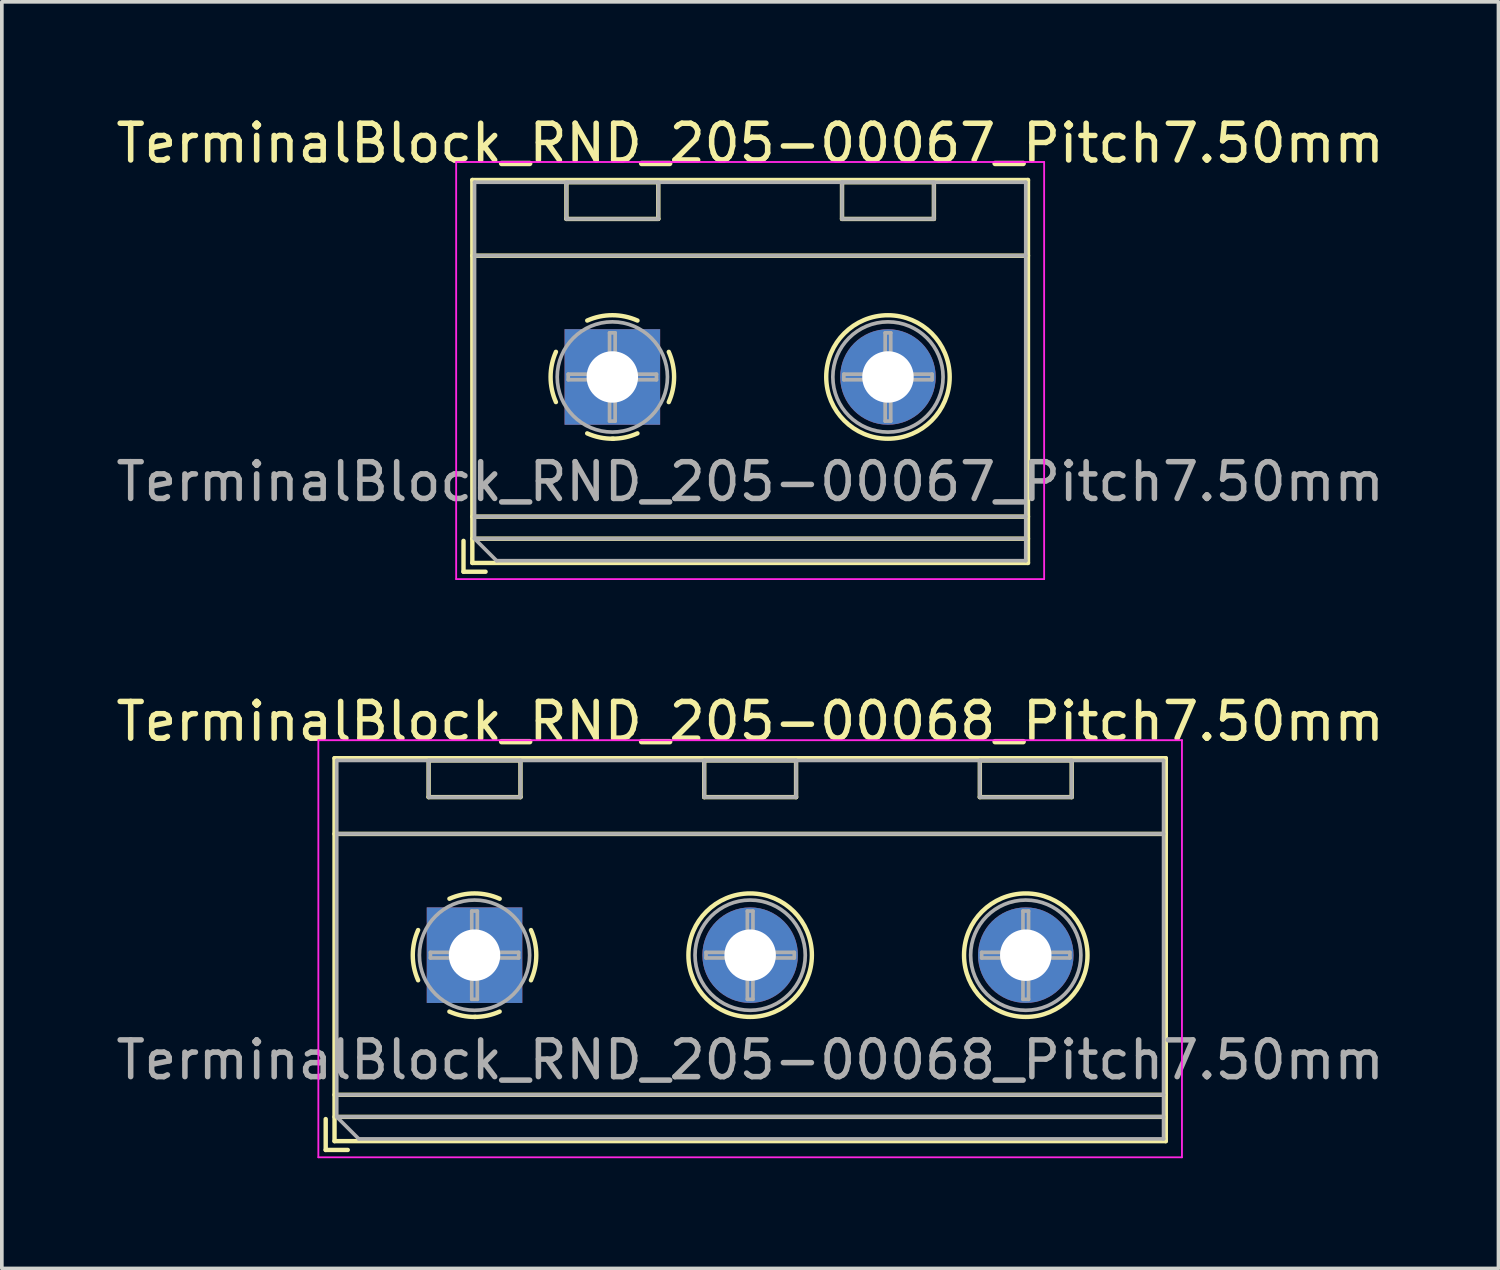
<source format=kicad_pcb>
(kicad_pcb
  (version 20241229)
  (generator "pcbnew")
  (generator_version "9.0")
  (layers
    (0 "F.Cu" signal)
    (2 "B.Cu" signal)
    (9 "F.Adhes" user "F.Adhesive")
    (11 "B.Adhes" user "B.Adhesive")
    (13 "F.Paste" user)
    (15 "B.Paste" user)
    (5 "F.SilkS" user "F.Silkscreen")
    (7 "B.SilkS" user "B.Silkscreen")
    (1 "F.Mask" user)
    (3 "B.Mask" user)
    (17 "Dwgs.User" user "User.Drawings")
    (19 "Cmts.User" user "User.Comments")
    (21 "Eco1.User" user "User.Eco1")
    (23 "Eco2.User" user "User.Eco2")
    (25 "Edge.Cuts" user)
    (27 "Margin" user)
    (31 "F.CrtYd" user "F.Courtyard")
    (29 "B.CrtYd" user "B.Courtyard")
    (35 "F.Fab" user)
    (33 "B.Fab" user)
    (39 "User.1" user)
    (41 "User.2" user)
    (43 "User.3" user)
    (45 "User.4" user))
  (footprint "TerminalBlock_RND_205-00067_Pitch7.50mm"
    (layer "F.Cu")
    (at 13.613 7.208)
    (property "Reference" "TerminalBlock_RND_205-00067_Pitch7.50mm" (at 3.75 -6.36 0) (layer "F.SilkS") (effects (font (size 1 1) (thickness 0.15))))
    (attr through_hole)
    (fp_line (start -4.05 4.46) (end -4.05 5.3) (stroke (width 0.12) (type solid)) (layer "F.SilkS"))
    (fp_line (start -4.05 5.3) (end -3.45 5.3) (stroke (width 0.12) (type solid)) (layer "F.SilkS"))
    (fp_line (start -3.81 -5.36) (end -3.81 5.06) (stroke (width 0.12) (type solid)) (layer "F.SilkS"))
    (fp_line (start -3.81 -3.3) (end 11.31 -3.3) (stroke (width 0.12) (type solid)) (layer "F.SilkS"))
    (fp_line (start -3.81 3.8) (end 11.31 3.8) (stroke (width 0.12) (type solid)) (layer "F.SilkS"))
    (fp_line (start -3.81 4.4) (end 11.31 4.4) (stroke (width 0.12) (type solid)) (layer "F.SilkS"))
    (fp_line (start -3.81 5.06) (end 11.31 5.06) (stroke (width 0.12) (type solid)) (layer "F.SilkS"))
    (fp_line (start -1.25 -5.301) (end -1.25 -4.301) (stroke (width 0.12) (type solid)) (layer "F.SilkS"))
    (fp_line (start -1.25 -5.301) (end 1.25 -5.301) (stroke (width 0.12) (type solid)) (layer "F.SilkS"))
    (fp_line (start -1.25 -4.301) (end 1.25 -4.301) (stroke (width 0.12) (type solid)) (layer "F.SilkS"))
    (fp_line (start 1.25 -5.301) (end 1.25 -4.301) (stroke (width 0.12) (type solid)) (layer "F.SilkS"))
    (fp_line (start 6.25 -5.301) (end 6.25 -4.301) (stroke (width 0.12) (type solid)) (layer "F.SilkS"))
    (fp_line (start 6.25 -5.301) (end 8.75 -5.301) (stroke (width 0.12) (type solid)) (layer "F.SilkS"))
    (fp_line (start 6.25 -4.301) (end 8.75 -4.301) (stroke (width 0.12) (type solid)) (layer "F.SilkS"))
    (fp_line (start 8.75 -5.301) (end 8.75 -4.301) (stroke (width 0.12) (type solid)) (layer "F.SilkS"))
    (fp_line (start 11.31 -5.36) (end -3.81 -5.36) (stroke (width 0.12) (type solid)) (layer "F.SilkS"))
    (fp_line (start 11.31 5.06) (end 11.31 -5.36) (stroke (width 0.12) (type solid)) (layer "F.SilkS"))
    (fp_arc (start -1.535427 0.683042) (mid -1.680501 -0.000524) (end -1.535 -0.684) (stroke (width 0.12) (type solid)) (layer "F.SilkS"))
    (fp_arc (start -0.683042 -1.535427) (mid 0.000524 -1.680501) (end 0.684 -1.535) (stroke (width 0.12) (type solid)) (layer "F.SilkS"))
    (fp_arc (start 0.028805 1.680253) (mid -0.335551 1.646659) (end -0.684 1.535) (stroke (width 0.12) (type solid)) (layer "F.SilkS"))
    (fp_arc (start 0.683318 1.534756) (mid 0.349292 1.643288) (end 0 1.68) (stroke (width 0.12) (type solid)) (layer "F.SilkS"))
    (fp_arc (start 1.535427 -0.683042) (mid 1.680501 0.000524) (end 1.535 0.684) (stroke (width 0.12) (type solid)) (layer "F.SilkS"))
    (fp_circle (center 7.5 0) (end 9.18 0) (stroke (width 0.12) (type solid)) (fill no) (layer "F.SilkS"))
    (fp_line (start -4.25 -5.85) (end -4.25 5.5) (stroke (width 0.05) (type solid)) (layer "F.CrtYd"))
    (fp_line (start -4.25 5.5) (end 11.75 5.5) (stroke (width 0.05) (type solid)) (layer "F.CrtYd"))
    (fp_line (start 11.75 -5.85) (end -4.25 -5.85) (stroke (width 0.05) (type solid)) (layer "F.CrtYd"))
    (fp_line (start 11.75 5.5) (end 11.75 -5.85) (stroke (width 0.05) (type solid)) (layer "F.CrtYd"))
    (fp_line (start -3.75 -5.3) (end 11.25 -5.3) (stroke (width 0.1) (type solid)) (layer "F.Fab"))
    (fp_line (start -3.75 -3.3) (end 11.25 -3.3) (stroke (width 0.1) (type solid)) (layer "F.Fab"))
    (fp_line (start -3.75 3.8) (end 11.25 3.8) (stroke (width 0.1) (type solid)) (layer "F.Fab"))
    (fp_line (start -3.75 4.4) (end -3.75 -5.3) (stroke (width 0.1) (type solid)) (layer "F.Fab"))
    (fp_line (start -3.75 4.4) (end 11.25 4.4) (stroke (width 0.1) (type solid)) (layer "F.Fab"))
    (fp_line (start -3.15 5) (end -3.75 4.4) (stroke (width 0.1) (type solid)) (layer "F.Fab"))
    (fp_line (start -1.25 -5.3) (end -1.25 -4.3) (stroke (width 0.1) (type solid)) (layer "F.Fab"))
    (fp_line (start -1.25 -4.3) (end 1.25 -4.3) (stroke (width 0.1) (type solid)) (layer "F.Fab"))
    (fp_line (start -1.201 -0.076) (end -0.076 -0.076) (stroke (width 0.1) (type solid)) (layer "F.Fab"))
    (fp_line (start -1.201 0.076) (end -1.201 -0.076) (stroke (width 0.1) (type solid)) (layer "F.Fab"))
    (fp_line (start -0.076 -1.201) (end 0.076 -1.201) (stroke (width 0.1) (type solid)) (layer "F.Fab"))
    (fp_line (start -0.076 -0.076) (end -0.076 -1.201) (stroke (width 0.1) (type solid)) (layer "F.Fab"))
    (fp_line (start -0.076 0.076) (end -1.201 0.076) (stroke (width 0.1) (type solid)) (layer "F.Fab"))
    (fp_line (start -0.076 1.201) (end -0.076 0.076) (stroke (width 0.1) (type solid)) (layer "F.Fab"))
    (fp_line (start 0.076 -1.201) (end 0.076 -0.076) (stroke (width 0.1) (type solid)) (layer "F.Fab"))
    (fp_line (start 0.076 -0.076) (end 1.201 -0.076) (stroke (width 0.1) (type solid)) (layer "F.Fab"))
    (fp_line (start 0.076 0.076) (end 0.076 1.201) (stroke (width 0.1) (type solid)) (layer "F.Fab"))
    (fp_line (start 0.076 1.201) (end -0.076 1.201) (stroke (width 0.1) (type solid)) (layer "F.Fab"))
    (fp_line (start 1.201 -0.076) (end 1.201 0.076) (stroke (width 0.1) (type solid)) (layer "F.Fab"))
    (fp_line (start 1.201 0.076) (end 0.076 0.076) (stroke (width 0.1) (type solid)) (layer "F.Fab"))
    (fp_line (start 1.25 -5.3) (end -1.25 -5.3) (stroke (width 0.1) (type solid)) (layer "F.Fab"))
    (fp_line (start 1.25 -4.3) (end 1.25 -5.3) (stroke (width 0.1) (type solid)) (layer "F.Fab"))
    (fp_line (start 6.25 -5.3) (end 6.25 -4.3) (stroke (width 0.1) (type solid)) (layer "F.Fab"))
    (fp_line (start 6.25 -4.3) (end 8.75 -4.3) (stroke (width 0.1) (type solid)) (layer "F.Fab"))
    (fp_line (start 6.299 -0.076) (end 7.424 -0.076) (stroke (width 0.1) (type solid)) (layer "F.Fab"))
    (fp_line (start 6.299 0.076) (end 6.299 -0.076) (stroke (width 0.1) (type solid)) (layer "F.Fab"))
    (fp_line (start 7.424 -1.201) (end 7.576 -1.201) (stroke (width 0.1) (type solid)) (layer "F.Fab"))
    (fp_line (start 7.424 -0.076) (end 7.424 -1.201) (stroke (width 0.1) (type solid)) (layer "F.Fab"))
    (fp_line (start 7.424 0.076) (end 6.299 0.076) (stroke (width 0.1) (type solid)) (layer "F.Fab"))
    (fp_line (start 7.424 1.201) (end 7.424 0.076) (stroke (width 0.1) (type solid)) (layer "F.Fab"))
    (fp_line (start 7.576 -1.201) (end 7.576 -0.076) (stroke (width 0.1) (type solid)) (layer "F.Fab"))
    (fp_line (start 7.576 -0.076) (end 8.701 -0.076) (stroke (width 0.1) (type solid)) (layer "F.Fab"))
    (fp_line (start 7.576 0.076) (end 7.576 1.201) (stroke (width 0.1) (type solid)) (layer "F.Fab"))
    (fp_line (start 7.576 1.201) (end 7.424 1.201) (stroke (width 0.1) (type solid)) (layer "F.Fab"))
    (fp_line (start 8.701 -0.076) (end 8.701 0.076) (stroke (width 0.1) (type solid)) (layer "F.Fab"))
    (fp_line (start 8.701 0.076) (end 7.576 0.076) (stroke (width 0.1) (type solid)) (layer "F.Fab"))
    (fp_line (start 8.75 -5.3) (end 6.25 -5.3) (stroke (width 0.1) (type solid)) (layer "F.Fab"))
    (fp_line (start 8.75 -4.3) (end 8.75 -5.3) (stroke (width 0.1) (type solid)) (layer "F.Fab"))
    (fp_line (start 11.25 -5.3) (end 11.25 5) (stroke (width 0.1) (type solid)) (layer "F.Fab"))
    (fp_line (start 11.25 5) (end -3.15 5) (stroke (width 0.1) (type solid)) (layer "F.Fab"))
    (fp_circle (center 0 0) (end 1.5 0) (stroke (width 0.1) (type solid)) (fill no) (layer "F.Fab"))
    (fp_circle (center 7.5 0) (end 9 0) (stroke (width 0.1) (type solid)) (fill no) (layer "F.Fab"))
    (fp_text user "${REFERENCE}" (at 3.75 2.85 0) (layer "F.Fab") (effects (font (size 1 1) (thickness 0.15))))
    (pad "1" thru_hole rect (at 0 0) (size 2.6 2.6) (drill 1.4) (layers "*.Cu" "*.Mask"))
    (pad "2" thru_hole circle (at 7.5 0) (size 2.6 2.6) (drill 1.4) (layers "*.Cu" "*.Mask")))
  (footprint "TerminalBlock_RND_205-00068_Pitch7.50mm"
    (layer "F.Cu")
    (at 9.863 22.942)
    (property "Reference" "TerminalBlock_RND_205-00068_Pitch7.50mm" (at 7.5 -6.36 0) (layer "F.SilkS") (effects (font (size 1 1) (thickness 0.15))))
    (attr through_hole)
    (fp_line (start -4.05 4.46) (end -4.05 5.3) (stroke (width 0.12) (type solid)) (layer "F.SilkS"))
    (fp_line (start -4.05 5.3) (end -3.45 5.3) (stroke (width 0.12) (type solid)) (layer "F.SilkS"))
    (fp_line (start -3.81 -5.36) (end -3.81 5.06) (stroke (width 0.12) (type solid)) (layer "F.SilkS"))
    (fp_line (start -3.81 -3.3) (end 18.81 -3.3) (stroke (width 0.12) (type solid)) (layer "F.SilkS"))
    (fp_line (start -3.81 3.8) (end 18.81 3.8) (stroke (width 0.12) (type solid)) (layer "F.SilkS"))
    (fp_line (start -3.81 4.4) (end 18.81 4.4) (stroke (width 0.12) (type solid)) (layer "F.SilkS"))
    (fp_line (start -3.81 5.06) (end 18.81 5.06) (stroke (width 0.12) (type solid)) (layer "F.SilkS"))
    (fp_line (start -1.25 -5.301) (end -1.25 -4.301) (stroke (width 0.12) (type solid)) (layer "F.SilkS"))
    (fp_line (start -1.25 -5.301) (end 1.25 -5.301) (stroke (width 0.12) (type solid)) (layer "F.SilkS"))
    (fp_line (start -1.25 -4.301) (end 1.25 -4.301) (stroke (width 0.12) (type solid)) (layer "F.SilkS"))
    (fp_line (start 1.25 -5.301) (end 1.25 -4.301) (stroke (width 0.12) (type solid)) (layer "F.SilkS"))
    (fp_line (start 6.25 -5.301) (end 6.25 -4.301) (stroke (width 0.12) (type solid)) (layer "F.SilkS"))
    (fp_line (start 6.25 -5.301) (end 8.75 -5.301) (stroke (width 0.12) (type solid)) (layer "F.SilkS"))
    (fp_line (start 6.25 -4.301) (end 8.75 -4.301) (stroke (width 0.12) (type solid)) (layer "F.SilkS"))
    (fp_line (start 8.75 -5.301) (end 8.75 -4.301) (stroke (width 0.12) (type solid)) (layer "F.SilkS"))
    (fp_line (start 13.75 -5.301) (end 13.75 -4.301) (stroke (width 0.12) (type solid)) (layer "F.SilkS"))
    (fp_line (start 13.75 -5.301) (end 16.25 -5.301) (stroke (width 0.12) (type solid)) (layer "F.SilkS"))
    (fp_line (start 13.75 -4.301) (end 16.25 -4.301) (stroke (width 0.12) (type solid)) (layer "F.SilkS"))
    (fp_line (start 16.25 -5.301) (end 16.25 -4.301) (stroke (width 0.12) (type solid)) (layer "F.SilkS"))
    (fp_line (start 18.81 -5.36) (end -3.81 -5.36) (stroke (width 0.12) (type solid)) (layer "F.SilkS"))
    (fp_line (start 18.81 5.06) (end 18.81 -5.36) (stroke (width 0.12) (type solid)) (layer "F.SilkS"))
    (fp_arc (start -1.535427 0.683042) (mid -1.680501 -0.000524) (end -1.535 -0.684) (stroke (width 0.12) (type solid)) (layer "F.SilkS"))
    (fp_arc (start -0.683042 -1.535427) (mid 0.000524 -1.680501) (end 0.684 -1.535) (stroke (width 0.12) (type solid)) (layer "F.SilkS"))
    (fp_arc (start 0.028805 1.680253) (mid -0.335551 1.646659) (end -0.684 1.535) (stroke (width 0.12) (type solid)) (layer "F.SilkS"))
    (fp_arc (start 0.683318 1.534756) (mid 0.349292 1.643288) (end 0 1.68) (stroke (width 0.12) (type solid)) (layer "F.SilkS"))
    (fp_arc (start 1.535427 -0.683042) (mid 1.680501 0.000524) (end 1.535 0.684) (stroke (width 0.12) (type solid)) (layer "F.SilkS"))
    (fp_circle (center 7.5 0) (end 9.18 0) (stroke (width 0.12) (type solid)) (fill no) (layer "F.SilkS"))
    (fp_circle (center 15 0) (end 16.68 0) (stroke (width 0.12) (type solid)) (fill no) (layer "F.SilkS"))
    (fp_line (start -4.25 -5.85) (end -4.25 5.5) (stroke (width 0.05) (type solid)) (layer "F.CrtYd"))
    (fp_line (start -4.25 5.5) (end 19.25 5.5) (stroke (width 0.05) (type solid)) (layer "F.CrtYd"))
    (fp_line (start 19.25 -5.85) (end -4.25 -5.85) (stroke (width 0.05) (type solid)) (layer "F.CrtYd"))
    (fp_line (start 19.25 5.5) (end 19.25 -5.85) (stroke (width 0.05) (type solid)) (layer "F.CrtYd"))
    (fp_line (start -3.75 -5.3) (end 18.75 -5.3) (stroke (width 0.1) (type solid)) (layer "F.Fab"))
    (fp_line (start -3.75 -3.3) (end 18.75 -3.3) (stroke (width 0.1) (type solid)) (layer "F.Fab"))
    (fp_line (start -3.75 3.8) (end 18.75 3.8) (stroke (width 0.1) (type solid)) (layer "F.Fab"))
    (fp_line (start -3.75 4.4) (end -3.75 -5.3) (stroke (width 0.1) (type solid)) (layer "F.Fab"))
    (fp_line (start -3.75 4.4) (end 18.75 4.4) (stroke (width 0.1) (type solid)) (layer "F.Fab"))
    (fp_line (start -3.15 5) (end -3.75 4.4) (stroke (width 0.1) (type solid)) (layer "F.Fab"))
    (fp_line (start -1.25 -5.3) (end -1.25 -4.3) (stroke (width 0.1) (type solid)) (layer "F.Fab"))
    (fp_line (start -1.25 -4.3) (end 1.25 -4.3) (stroke (width 0.1) (type solid)) (layer "F.Fab"))
    (fp_line (start -1.201 -0.076) (end -0.076 -0.076) (stroke (width 0.1) (type solid)) (layer "F.Fab"))
    (fp_line (start -1.201 0.076) (end -1.201 -0.076) (stroke (width 0.1) (type solid)) (layer "F.Fab"))
    (fp_line (start -0.076 -1.201) (end 0.076 -1.201) (stroke (width 0.1) (type solid)) (layer "F.Fab"))
    (fp_line (start -0.076 -0.076) (end -0.076 -1.201) (stroke (width 0.1) (type solid)) (layer "F.Fab"))
    (fp_line (start -0.076 0.076) (end -1.201 0.076) (stroke (width 0.1) (type solid)) (layer "F.Fab"))
    (fp_line (start -0.076 1.201) (end -0.076 0.076) (stroke (width 0.1) (type solid)) (layer "F.Fab"))
    (fp_line (start 0.076 -1.201) (end 0.076 -0.076) (stroke (width 0.1) (type solid)) (layer "F.Fab"))
    (fp_line (start 0.076 -0.076) (end 1.201 -0.076) (stroke (width 0.1) (type solid)) (layer "F.Fab"))
    (fp_line (start 0.076 0.076) (end 0.076 1.201) (stroke (width 0.1) (type solid)) (layer "F.Fab"))
    (fp_line (start 0.076 1.201) (end -0.076 1.201) (stroke (width 0.1) (type solid)) (layer "F.Fab"))
    (fp_line (start 1.201 -0.076) (end 1.201 0.076) (stroke (width 0.1) (type solid)) (layer "F.Fab"))
    (fp_line (start 1.201 0.076) (end 0.076 0.076) (stroke (width 0.1) (type solid)) (layer "F.Fab"))
    (fp_line (start 1.25 -5.3) (end -1.25 -5.3) (stroke (width 0.1) (type solid)) (layer "F.Fab"))
    (fp_line (start 1.25 -4.3) (end 1.25 -5.3) (stroke (width 0.1) (type solid)) (layer "F.Fab"))
    (fp_line (start 6.25 -5.3) (end 6.25 -4.3) (stroke (width 0.1) (type solid)) (layer "F.Fab"))
    (fp_line (start 6.25 -4.3) (end 8.75 -4.3) (stroke (width 0.1) (type solid)) (layer "F.Fab"))
    (fp_line (start 6.299 -0.076) (end 7.424 -0.076) (stroke (width 0.1) (type solid)) (layer "F.Fab"))
    (fp_line (start 6.299 0.076) (end 6.299 -0.076) (stroke (width 0.1) (type solid)) (layer "F.Fab"))
    (fp_line (start 7.424 -1.201) (end 7.576 -1.201) (stroke (width 0.1) (type solid)) (layer "F.Fab"))
    (fp_line (start 7.424 -0.076) (end 7.424 -1.201) (stroke (width 0.1) (type solid)) (layer "F.Fab"))
    (fp_line (start 7.424 0.076) (end 6.299 0.076) (stroke (width 0.1) (type solid)) (layer "F.Fab"))
    (fp_line (start 7.424 1.201) (end 7.424 0.076) (stroke (width 0.1) (type solid)) (layer "F.Fab"))
    (fp_line (start 7.576 -1.201) (end 7.576 -0.076) (stroke (width 0.1) (type solid)) (layer "F.Fab"))
    (fp_line (start 7.576 -0.076) (end 8.701 -0.076) (stroke (width 0.1) (type solid)) (layer "F.Fab"))
    (fp_line (start 7.576 0.076) (end 7.576 1.201) (stroke (width 0.1) (type solid)) (layer "F.Fab"))
    (fp_line (start 7.576 1.201) (end 7.424 1.201) (stroke (width 0.1) (type solid)) (layer "F.Fab"))
    (fp_line (start 8.701 -0.076) (end 8.701 0.076) (stroke (width 0.1) (type solid)) (layer "F.Fab"))
    (fp_line (start 8.701 0.076) (end 7.576 0.076) (stroke (width 0.1) (type solid)) (layer "F.Fab"))
    (fp_line (start 8.75 -5.3) (end 6.25 -5.3) (stroke (width 0.1) (type solid)) (layer "F.Fab"))
    (fp_line (start 8.75 -4.3) (end 8.75 -5.3) (stroke (width 0.1) (type solid)) (layer "F.Fab"))
    (fp_line (start 13.75 -5.3) (end 13.75 -4.3) (stroke (width 0.1) (type solid)) (layer "F.Fab"))
    (fp_line (start 13.75 -4.3) (end 16.25 -4.3) (stroke (width 0.1) (type solid)) (layer "F.Fab"))
    (fp_line (start 13.799 -0.076) (end 14.924 -0.076) (stroke (width 0.1) (type solid)) (layer "F.Fab"))
    (fp_line (start 13.799 0.076) (end 13.799 -0.076) (stroke (width 0.1) (type solid)) (layer "F.Fab"))
    (fp_line (start 14.924 -1.201) (end 15.076 -1.201) (stroke (width 0.1) (type solid)) (layer "F.Fab"))
    (fp_line (start 14.924 -0.076) (end 14.924 -1.201) (stroke (width 0.1) (type solid)) (layer "F.Fab"))
    (fp_line (start 14.924 0.076) (end 13.799 0.076) (stroke (width 0.1) (type solid)) (layer "F.Fab"))
    (fp_line (start 14.924 1.201) (end 14.924 0.076) (stroke (width 0.1) (type solid)) (layer "F.Fab"))
    (fp_line (start 15.076 -1.201) (end 15.076 -0.076) (stroke (width 0.1) (type solid)) (layer "F.Fab"))
    (fp_line (start 15.076 -0.076) (end 16.201 -0.076) (stroke (width 0.1) (type solid)) (layer "F.Fab"))
    (fp_line (start 15.076 0.076) (end 15.076 1.201) (stroke (width 0.1) (type solid)) (layer "F.Fab"))
    (fp_line (start 15.076 1.201) (end 14.924 1.201) (stroke (width 0.1) (type solid)) (layer "F.Fab"))
    (fp_line (start 16.201 -0.076) (end 16.201 0.076) (stroke (width 0.1) (type solid)) (layer "F.Fab"))
    (fp_line (start 16.201 0.076) (end 15.076 0.076) (stroke (width 0.1) (type solid)) (layer "F.Fab"))
    (fp_line (start 16.25 -5.3) (end 13.75 -5.3) (stroke (width 0.1) (type solid)) (layer "F.Fab"))
    (fp_line (start 16.25 -4.3) (end 16.25 -5.3) (stroke (width 0.1) (type solid)) (layer "F.Fab"))
    (fp_line (start 18.75 -5.3) (end 18.75 5) (stroke (width 0.1) (type solid)) (layer "F.Fab"))
    (fp_line (start 18.75 5) (end -3.15 5) (stroke (width 0.1) (type solid)) (layer "F.Fab"))
    (fp_circle (center 0 0) (end 1.5 0) (stroke (width 0.1) (type solid)) (fill no) (layer "F.Fab"))
    (fp_circle (center 7.5 0) (end 9 0) (stroke (width 0.1) (type solid)) (fill no) (layer "F.Fab"))
    (fp_circle (center 15 0) (end 16.5 0) (stroke (width 0.1) (type solid)) (fill no) (layer "F.Fab"))
    (fp_text user "${REFERENCE}" (at 7.5 2.85 0) (layer "F.Fab") (effects (font (size 1 1) (thickness 0.15))))
    (pad "1" thru_hole rect (at 0 0) (size 2.6 2.6) (drill 1.4) (layers "*.Cu" "*.Mask"))
    (pad "2" thru_hole circle (at 7.5 0) (size 2.6 2.6) (drill 1.4) (layers "*.Cu" "*.Mask"))
    (pad "3" thru_hole circle (at 15 0) (size 2.6 2.6) (drill 1.4) (layers "*.Cu" "*.Mask")))
  (gr_rect
    (start -3 -3)
    (end 37.726 31.466)
    (stroke (width 0.1) (type default))
    (fill no)
    (layer "Edge.Cuts")))
</source>
